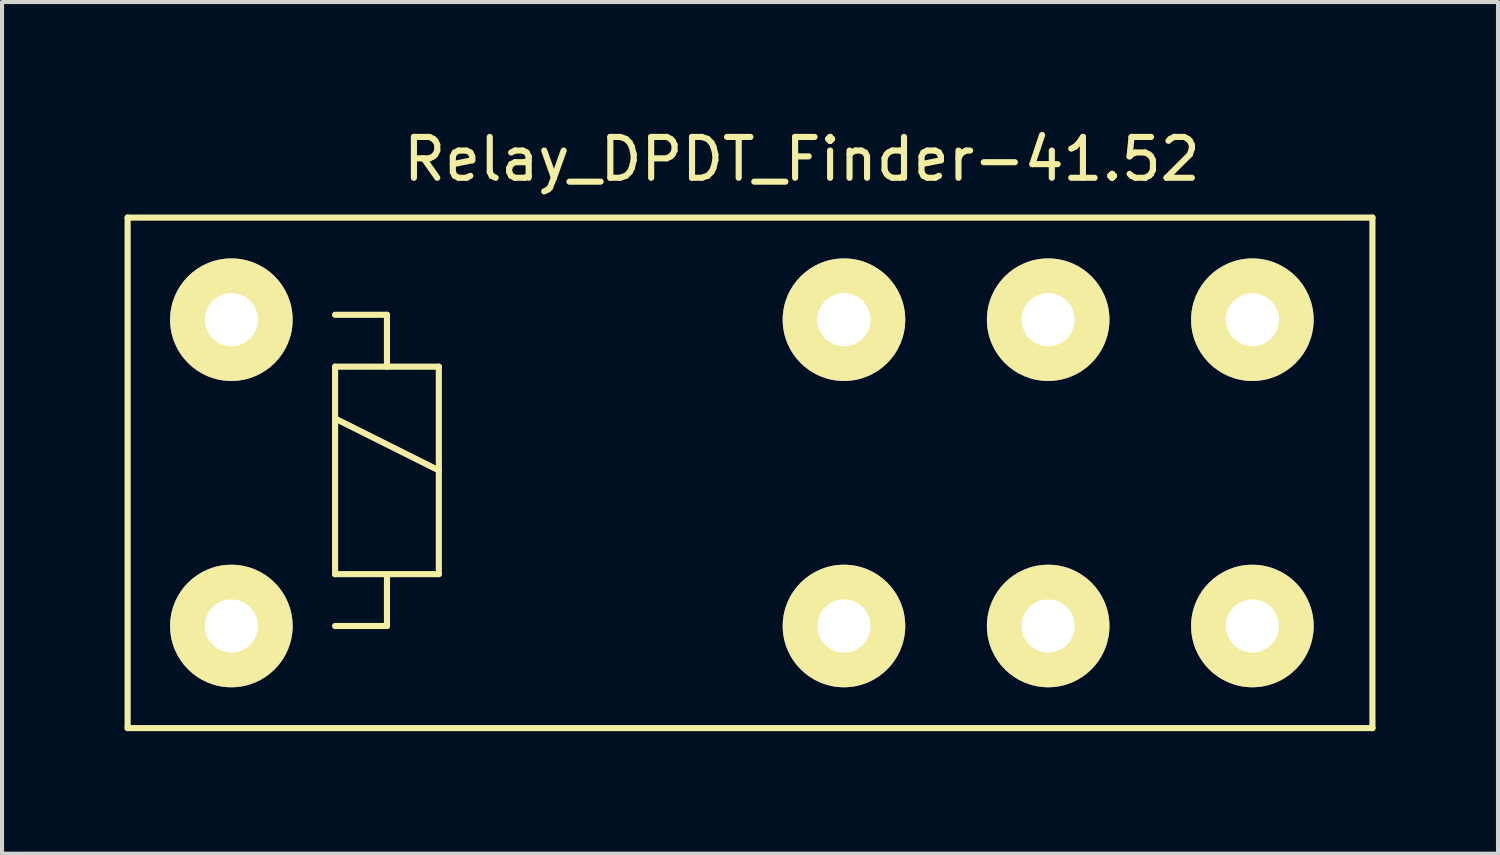
<source format=kicad_pcb>
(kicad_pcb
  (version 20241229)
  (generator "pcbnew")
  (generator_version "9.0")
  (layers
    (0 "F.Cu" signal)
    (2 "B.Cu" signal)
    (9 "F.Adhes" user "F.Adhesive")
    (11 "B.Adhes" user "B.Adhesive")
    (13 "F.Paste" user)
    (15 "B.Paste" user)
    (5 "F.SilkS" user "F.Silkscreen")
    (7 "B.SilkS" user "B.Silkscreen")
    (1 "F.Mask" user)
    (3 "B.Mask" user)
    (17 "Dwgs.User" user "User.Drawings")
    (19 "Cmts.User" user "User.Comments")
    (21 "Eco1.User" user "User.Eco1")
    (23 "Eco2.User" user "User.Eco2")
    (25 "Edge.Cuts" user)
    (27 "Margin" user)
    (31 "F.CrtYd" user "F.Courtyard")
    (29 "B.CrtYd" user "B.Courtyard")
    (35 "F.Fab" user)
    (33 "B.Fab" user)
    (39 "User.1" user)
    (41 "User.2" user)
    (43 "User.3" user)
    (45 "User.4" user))
  (footprint "Relay_DPDT_Finder-41.52"
    (layer "F.Cu")
    (at 2.615 12.278)
    (property "Reference" "Relay_DPDT_Finder-41.52" (at 13.97 -11.43 0) (layer "F.SilkS") (effects (font (size 1 1) (thickness 0.15))))
    (attr through_hole)
    (fp_line (start -2.54 -10) (end 27.94 -10) (stroke (width 0.15) (type solid)) (layer "F.SilkS"))
    (fp_line (start -2.54 2.5) (end -2.54 -10) (stroke (width 0.15) (type solid)) (layer "F.SilkS"))
    (fp_line (start 2.54 -7.62) (end 3.81 -7.62) (stroke (width 0.15) (type solid)) (layer "F.SilkS"))
    (fp_line (start 2.54 -6.35) (end 3.81 -6.35) (stroke (width 0.15) (type solid)) (layer "F.SilkS"))
    (fp_line (start 2.54 -5.08) (end 5.08 -3.81) (stroke (width 0.15) (type solid)) (layer "F.SilkS"))
    (fp_line (start 2.54 -1.27) (end 2.54 -6.35) (stroke (width 0.15) (type solid)) (layer "F.SilkS"))
    (fp_line (start 3.81 -7.62) (end 3.81 -6.35) (stroke (width 0.15) (type solid)) (layer "F.SilkS"))
    (fp_line (start 3.81 -6.35) (end 5.08 -6.35) (stroke (width 0.15) (type solid)) (layer "F.SilkS"))
    (fp_line (start 3.81 -1.27) (end 3.81 0) (stroke (width 0.15) (type solid)) (layer "F.SilkS"))
    (fp_line (start 3.81 0) (end 2.54 0) (stroke (width 0.15) (type solid)) (layer "F.SilkS"))
    (fp_line (start 5.08 -6.35) (end 5.08 -1.27) (stroke (width 0.15) (type solid)) (layer "F.SilkS"))
    (fp_line (start 5.08 -1.27) (end 2.54 -1.27) (stroke (width 0.15) (type solid)) (layer "F.SilkS"))
    (fp_line (start 27.94 -10) (end 27.94 2.5) (stroke (width 0.15) (type solid)) (layer "F.SilkS"))
    (fp_line (start 27.94 2.5) (end -2.54 2.5) (stroke (width 0.15) (type solid)) (layer "F.SilkS"))
    (pad "11" thru_hole circle (at 20 -7.5) (size 3 3) (drill 1.3) (layers "*.Cu" "*.Mask" "F.SilkS"))
    (pad "12" thru_hole circle (at 15 -7.5) (size 3 3) (drill 1.3) (layers "*.Cu" "*.Mask" "F.SilkS"))
    (pad "14" thru_hole circle (at 25 -7.5) (size 3 3) (drill 1.3) (layers "*.Cu" "*.Mask" "F.SilkS"))
    (pad "21" thru_hole circle (at 20 0) (size 3 3) (drill 1.3) (layers "*.Cu" "*.Mask" "F.SilkS"))
    (pad "22" thru_hole circle (at 15 0) (size 3 3) (drill 1.3) (layers "*.Cu" "*.Mask" "F.SilkS"))
    (pad "24" thru_hole circle (at 25 0) (size 3 3) (drill 1.3) (layers "*.Cu" "*.Mask" "F.SilkS"))
    (pad "A1" thru_hole circle (at 0 -7.5) (size 3 3) (drill 1.3) (layers "*.Cu" "*.Mask" "F.SilkS"))
    (pad "A2" thru_hole circle (at 0 0) (size 3 3) (drill 1.3) (layers "*.Cu" "*.Mask" "F.SilkS")))
  (gr_rect
    (start -3 -3)
    (end 33.63 17.853)
    (stroke (width 0.1) (type default))
    (fill no)
    (layer "Edge.Cuts")))
</source>
